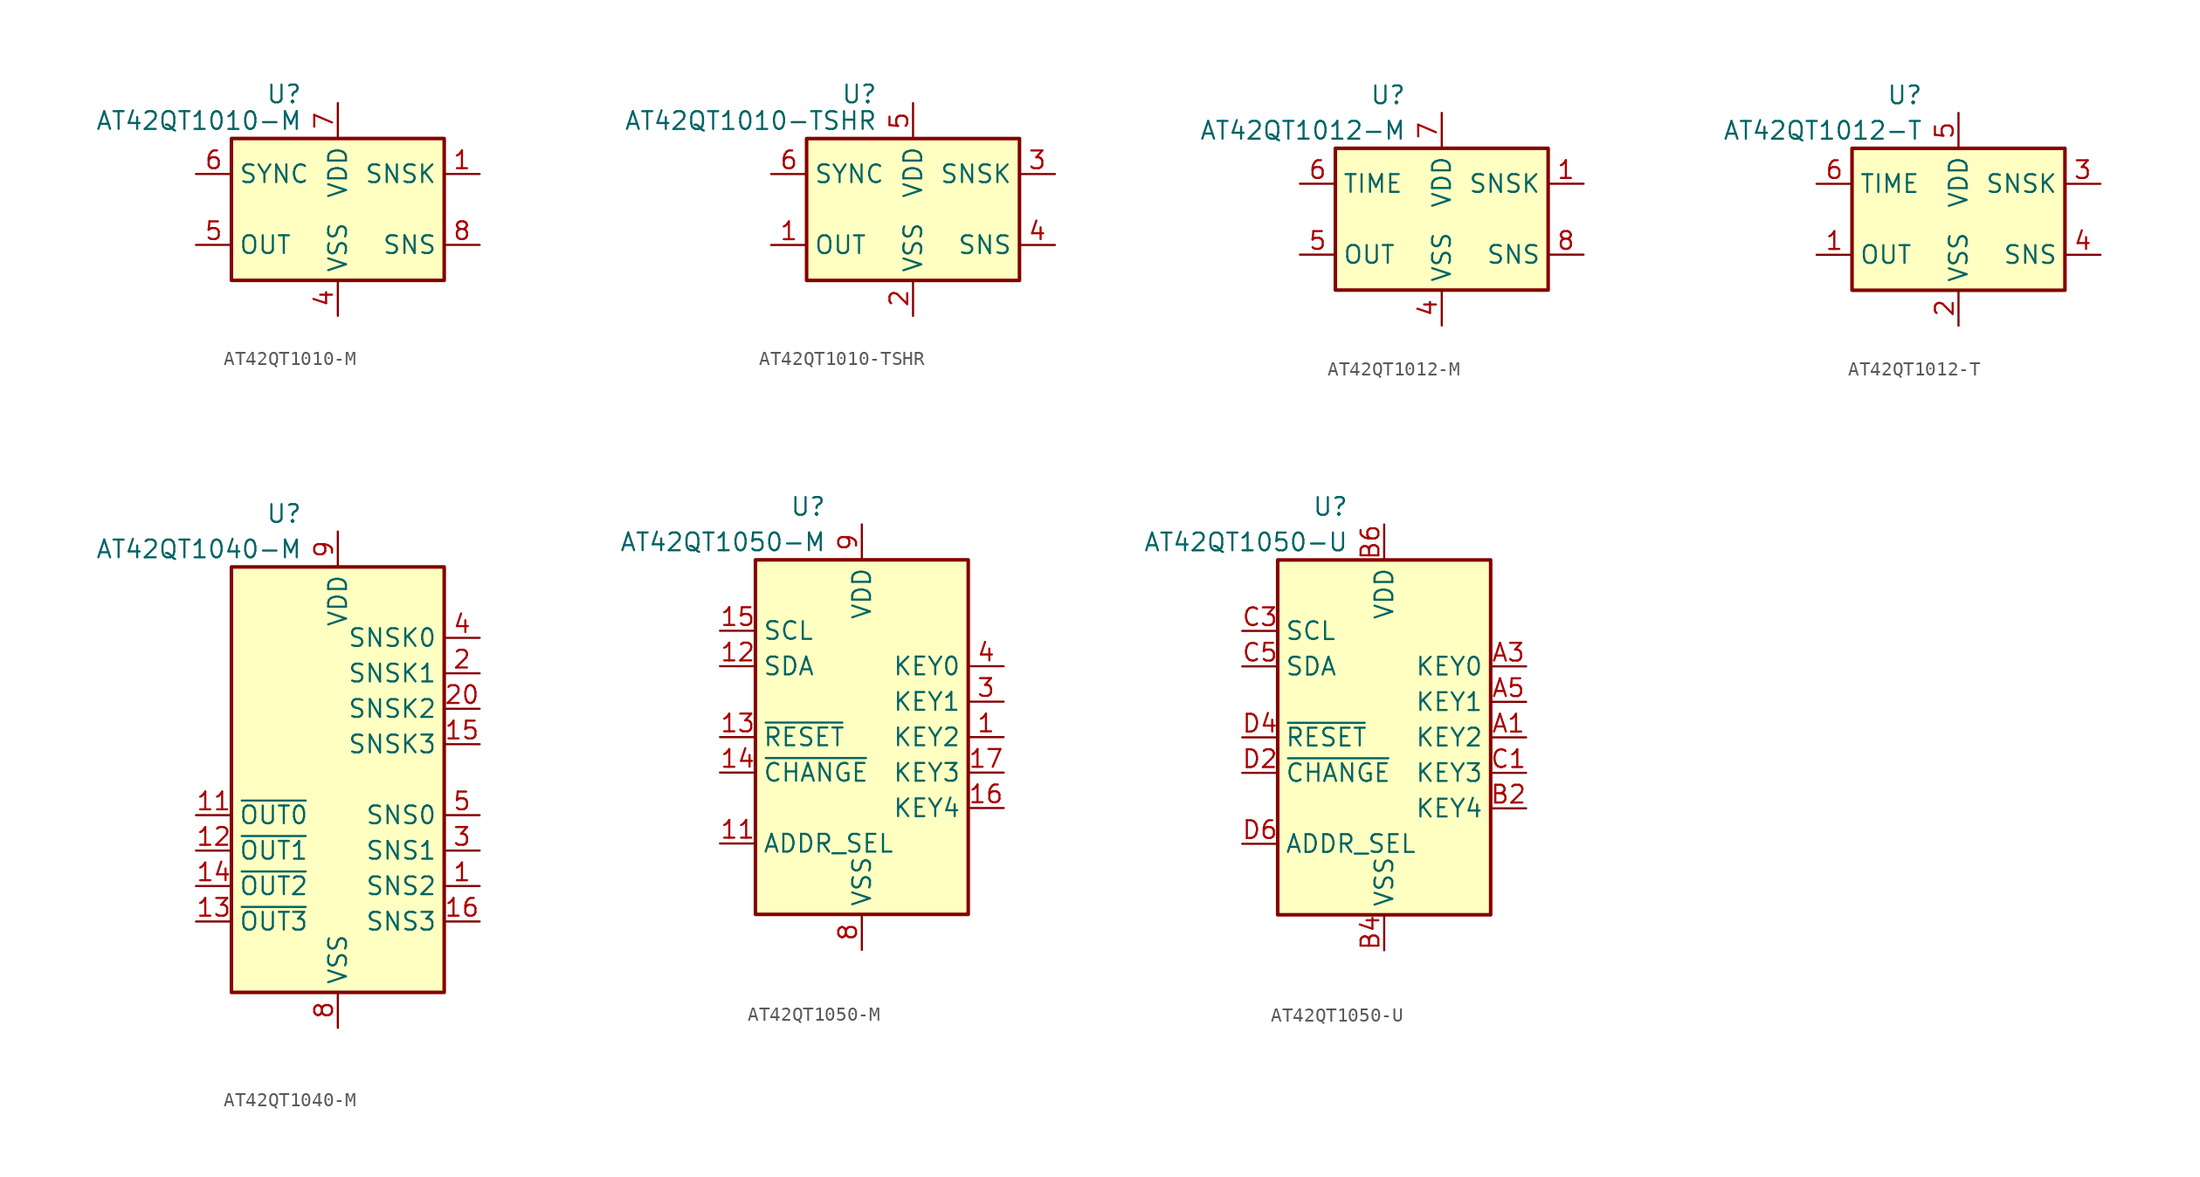
<source format=kicad_sym>
(kicad_symbol_lib
  (version 20241209)
  (generator "kicad_symbol_editor")
  (generator_version "9.0")
  (symbol "AT42QT1010-M"
    (property "Reference" "U"
      (at -2.54 8.255 0)
      (effects (font (size 1.27 1.27)) (justify right)))
    (property "Value" "AT42QT1010-M"
      (at -2.54 6.35 0)
      (effects (font (size 1.27 1.27)) (justify right)))
    (symbol "AT42QT1010-M_0_1"
      (rectangle (start -7.62 5.08) (end 7.62 -5.08) (stroke (width 0.254) (type default)) (fill (type background))))
    (symbol "AT42QT1010-M_1_1"
      (pin input line (at -10.16 2.54 0) (length 2.54) (name "SYNC" (effects (font (size 1.27 1.27)))) (number "6" (effects (font (size 1.27 1.27)))))
      (pin output line (at -10.16 -2.54 0) (length 2.54) (name "OUT" (effects (font (size 1.27 1.27)))) (number "5" (effects (font (size 1.27 1.27)))))
      (pin no_connect line (at -7.62 0 0) (length 2.54) (hide yes) (name "NC" (effects (font (size 1.27 1.27)))) (number "2" (effects (font (size 1.27 1.27)))))
      (pin power_in line (at 0 7.62 270) (length 2.54) (name "VDD" (effects (font (size 1.27 1.27)))) (number "7" (effects (font (size 1.27 1.27)))))
      (pin power_in line (at 0 -7.62 90) (length 2.54) (name "VSS" (effects (font (size 1.27 1.27)))) (number "4" (effects (font (size 1.27 1.27)))))
      (pin passive line (at 0 -7.62 90) (length 2.54) (hide yes) (name "VSS" (effects (font (size 1.27 1.27)))) (number "9" (effects (font (size 1.27 1.27)))))
      (pin no_connect line (at 7.62 0 180) (length 2.54) (hide yes) (name "NC" (effects (font (size 1.27 1.27)))) (number "3" (effects (font (size 1.27 1.27)))))
      (pin passive line (at 10.16 2.54 180) (length 2.54) (name "SNSK" (effects (font (size 1.27 1.27)))) (number "1" (effects (font (size 1.27 1.27)))))
      (pin passive line (at 10.16 -2.54 180) (length 2.54) (name "SNS" (effects (font (size 1.27 1.27)))) (number "8" (effects (font (size 1.27 1.27)))))))
  (symbol "AT42QT1010-TSHR"
    (property "Reference" "U"
      (at -2.54 8.255 0)
      (effects (font (size 1.27 1.27)) (justify right)))
    (property "Value" "AT42QT1010-TSHR"
      (at -2.54 6.35 0)
      (effects (font (size 1.27 1.27)) (justify right)))
    (symbol "AT42QT1010-TSHR_0_1"
      (rectangle (start -7.62 5.08) (end 7.62 -5.08) (stroke (width 0.254) (type default)) (fill (type background))))
    (symbol "AT42QT1010-TSHR_1_1"
      (pin input line (at -10.16 2.54 0) (length 2.54) (name "SYNC" (effects (font (size 1.27 1.27)))) (number "6" (effects (font (size 1.27 1.27)))))
      (pin output line (at -10.16 -2.54 0) (length 2.54) (name "OUT" (effects (font (size 1.27 1.27)))) (number "1" (effects (font (size 1.27 1.27)))))
      (pin power_in line (at 0 7.62 270) (length 2.54) (name "VDD" (effects (font (size 1.27 1.27)))) (number "5" (effects (font (size 1.27 1.27)))))
      (pin power_in line (at 0 -7.62 90) (length 2.54) (name "VSS" (effects (font (size 1.27 1.27)))) (number "2" (effects (font (size 1.27 1.27)))))
      (pin passive line (at 10.16 2.54 180) (length 2.54) (name "SNSK" (effects (font (size 1.27 1.27)))) (number "3" (effects (font (size 1.27 1.27)))))
      (pin passive line (at 10.16 -2.54 180) (length 2.54) (name "SNS" (effects (font (size 1.27 1.27)))) (number "4" (effects (font (size 1.27 1.27)))))))
  (symbol "AT42QT1012-M"
    (property "Reference" "U"
      (at -2.54 8.89 0)
      (effects (font (size 1.27 1.27)) (justify right)))
    (property "Value" "AT42QT1012-M"
      (at -2.54 6.35 0)
      (effects (font (size 1.27 1.27)) (justify right)))
    (symbol "AT42QT1012-M_0_1"
      (rectangle (start -7.62 5.08) (end 7.62 -5.08) (stroke (width 0.254) (type default)) (fill (type background))))
    (symbol "AT42QT1012-M_1_1"
      (pin input line (at -10.16 2.54 0) (length 2.54) (name "TIME" (effects (font (size 1.27 1.27)))) (number "6" (effects (font (size 1.27 1.27)))))
      (pin output line (at -10.16 -2.54 0) (length 2.54) (name "OUT" (effects (font (size 1.27 1.27)))) (number "5" (effects (font (size 1.27 1.27)))))
      (pin no_connect line (at -7.62 0 0) (length 2.54) (hide yes) (name "NC" (effects (font (size 1.27 1.27)))) (number "2" (effects (font (size 1.27 1.27)))))
      (pin power_in line (at 0 7.62 270) (length 2.54) (name "VDD" (effects (font (size 1.27 1.27)))) (number "7" (effects (font (size 1.27 1.27)))))
      (pin power_in line (at 0 -7.62 90) (length 2.54) (name "VSS" (effects (font (size 1.27 1.27)))) (number "4" (effects (font (size 1.27 1.27)))))
      (pin passive line (at 0 -7.62 90) (length 2.54) (hide yes) (name "VSS" (effects (font (size 1.27 1.27)))) (number "9" (effects (font (size 1.27 1.27)))))
      (pin no_connect line (at 7.62 0 180) (length 2.54) (hide yes) (name "NC" (effects (font (size 1.27 1.27)))) (number "3" (effects (font (size 1.27 1.27)))))
      (pin passive line (at 10.16 2.54 180) (length 2.54) (name "SNSK" (effects (font (size 1.27 1.27)))) (number "1" (effects (font (size 1.27 1.27)))))
      (pin passive line (at 10.16 -2.54 180) (length 2.54) (name "SNS" (effects (font (size 1.27 1.27)))) (number "8" (effects (font (size 1.27 1.27)))))))
  (symbol "AT42QT1012-T"
    (property "Reference" "U"
      (at -2.54 8.89 0)
      (effects (font (size 1.27 1.27)) (justify right)))
    (property "Value" "AT42QT1012-T"
      (at -2.54 6.35 0)
      (effects (font (size 1.27 1.27)) (justify right)))
    (symbol "AT42QT1012-T_0_1"
      (rectangle (start -7.62 5.08) (end 7.62 -5.08) (stroke (width 0.254) (type default)) (fill (type background))))
    (symbol "AT42QT1012-T_1_1"
      (pin input line (at -10.16 2.54 0) (length 2.54) (name "TIME" (effects (font (size 1.27 1.27)))) (number "6" (effects (font (size 1.27 1.27)))))
      (pin output line (at -10.16 -2.54 0) (length 2.54) (name "OUT" (effects (font (size 1.27 1.27)))) (number "1" (effects (font (size 1.27 1.27)))))
      (pin power_in line (at 0 7.62 270) (length 2.54) (name "VDD" (effects (font (size 1.27 1.27)))) (number "5" (effects (font (size 1.27 1.27)))))
      (pin power_in line (at 0 -7.62 90) (length 2.54) (name "VSS" (effects (font (size 1.27 1.27)))) (number "2" (effects (font (size 1.27 1.27)))))
      (pin passive line (at 10.16 2.54 180) (length 2.54) (name "SNSK" (effects (font (size 1.27 1.27)))) (number "3" (effects (font (size 1.27 1.27)))))
      (pin passive line (at 10.16 -2.54 180) (length 2.54) (name "SNS" (effects (font (size 1.27 1.27)))) (number "4" (effects (font (size 1.27 1.27)))))))
  (symbol "AT42QT1040-M"
    (property "Reference" "U"
      (at -2.54 19.05 0)
      (effects (font (size 1.27 1.27)) (justify right)))
    (property "Value" "AT42QT1040-M"
      (at -2.54 16.51 0)
      (effects (font (size 1.27 1.27)) (justify right)))
    (symbol "AT42QT1040-M_0_1"
      (rectangle (start -7.62 15.24) (end 7.62 -15.24) (stroke (width 0.254) (type default)) (fill (type background))))
    (symbol "AT42QT1040-M_1_1"
      (pin open_collector line (at -10.16 -2.54 0) (length 2.54) (name "~{OUT0}" (effects (font (size 1.27 1.27)))) (number "11" (effects (font (size 1.27 1.27)))))
      (pin open_collector line (at -10.16 -5.08 0) (length 2.54) (name "~{OUT1}" (effects (font (size 1.27 1.27)))) (number "12" (effects (font (size 1.27 1.27)))))
      (pin open_collector line (at -10.16 -7.62 0) (length 2.54) (name "~{OUT2}" (effects (font (size 1.27 1.27)))) (number "14" (effects (font (size 1.27 1.27)))))
      (pin open_collector line (at -10.16 -10.16 0) (length 2.54) (name "~{OUT3}" (effects (font (size 1.27 1.27)))) (number "13" (effects (font (size 1.27 1.27)))))
      (pin no_connect line (at -7.62 12.7 0) (length 2.54) (hide yes) (name "NC" (effects (font (size 1.27 1.27)))) (number "6" (effects (font (size 1.27 1.27)))))
      (pin no_connect line (at -7.62 10.16 0) (length 2.54) (hide yes) (name "NC" (effects (font (size 1.27 1.27)))) (number "7" (effects (font (size 1.27 1.27)))))
      (pin no_connect line (at -7.62 7.62 0) (length 2.54) (hide yes) (name "NC" (effects (font (size 1.27 1.27)))) (number "10" (effects (font (size 1.27 1.27)))))
      (pin no_connect line (at -7.62 5.08 0) (length 2.54) (hide yes) (name "NC" (effects (font (size 1.27 1.27)))) (number "17" (effects (font (size 1.27 1.27)))))
      (pin no_connect line (at -7.62 2.54 0) (length 2.54) (hide yes) (name "NC" (effects (font (size 1.27 1.27)))) (number "18" (effects (font (size 1.27 1.27)))))
      (pin no_connect line (at -7.62 0 0) (length 2.54) (hide yes) (name "NC" (effects (font (size 1.27 1.27)))) (number "19" (effects (font (size 1.27 1.27)))))
      (pin power_in line (at 0 17.78 270) (length 2.54) (name "VDD" (effects (font (size 1.27 1.27)))) (number "9" (effects (font (size 1.27 1.27)))))
      (pin passive line (at 0 -17.78 90) (length 2.54) (hide yes) (name "VSS" (effects (font (size 1.27 1.27)))) (number "21" (effects (font (size 1.27 1.27)))))
      (pin power_in line (at 0 -17.78 90) (length 2.54) (name "VSS" (effects (font (size 1.27 1.27)))) (number "8" (effects (font (size 1.27 1.27)))))
      (pin passive line (at 10.16 10.16 180) (length 2.54) (name "SNSK0" (effects (font (size 1.27 1.27)))) (number "4" (effects (font (size 1.27 1.27)))))
      (pin passive line (at 10.16 7.62 180) (length 2.54) (name "SNSK1" (effects (font (size 1.27 1.27)))) (number "2" (effects (font (size 1.27 1.27)))))
      (pin passive line (at 10.16 5.08 180) (length 2.54) (name "SNSK2" (effects (font (size 1.27 1.27)))) (number "20" (effects (font (size 1.27 1.27)))))
      (pin passive line (at 10.16 2.54 180) (length 2.54) (name "SNSK3" (effects (font (size 1.27 1.27)))) (number "15" (effects (font (size 1.27 1.27)))))
      (pin passive line (at 10.16 -2.54 180) (length 2.54) (name "SNS0" (effects (font (size 1.27 1.27)))) (number "5" (effects (font (size 1.27 1.27)))))
      (pin passive line (at 10.16 -5.08 180) (length 2.54) (name "SNS1" (effects (font (size 1.27 1.27)))) (number "3" (effects (font (size 1.27 1.27)))))
      (pin passive line (at 10.16 -7.62 180) (length 2.54) (name "SNS2" (effects (font (size 1.27 1.27)))) (number "1" (effects (font (size 1.27 1.27)))))
      (pin passive line (at 10.16 -10.16 180) (length 2.54) (name "SNS3" (effects (font (size 1.27 1.27)))) (number "16" (effects (font (size 1.27 1.27)))))))
  (symbol "AT42QT1050-M"
    (property "Reference" "U"
      (at -2.54 16.51 0)
      (effects (font (size 1.27 1.27)) (justify right)))
    (property "Value" "AT42QT1050-M"
      (at -2.54 13.97 0)
      (effects (font (size 1.27 1.27)) (justify right)))
    (symbol "AT42QT1050-M_0_1"
      (rectangle (start -7.62 12.7) (end 7.62 -12.7) (stroke (width 0.254) (type default)) (fill (type background))))
    (symbol "AT42QT1050-M_1_1"
      (pin input line (at -10.16 7.62 0) (length 2.54) (name "SCL" (effects (font (size 1.27 1.27)))) (number "15" (effects (font (size 1.27 1.27)))))
      (pin bidirectional line (at -10.16 5.08 0) (length 2.54) (name "SDA" (effects (font (size 1.27 1.27)))) (number "12" (effects (font (size 1.27 1.27)))))
      (pin input line (at -10.16 0 0) (length 2.54) (name "~{RESET}" (effects (font (size 1.27 1.27)))) (number "13" (effects (font (size 1.27 1.27)))))
      (pin open_collector line (at -10.16 -2.54 0) (length 2.54) (name "~{CHANGE}" (effects (font (size 1.27 1.27)))) (number "14" (effects (font (size 1.27 1.27)))))
      (pin input line (at -10.16 -7.62 0) (length 2.54) (name "ADDR_SEL" (effects (font (size 1.27 1.27)))) (number "11" (effects (font (size 1.27 1.27)))))
      (pin no_connect line (at -7.62 10.16 0) (length 2.54) (hide yes) (name "NC" (effects (font (size 1.27 1.27)))) (number "2" (effects (font (size 1.27 1.27)))))
      (pin no_connect line (at -7.62 2.54 0) (length 2.54) (hide yes) (name "NC" (effects (font (size 1.27 1.27)))) (number "5" (effects (font (size 1.27 1.27)))))
      (pin no_connect line (at -7.62 -5.08 0) (length 2.54) (hide yes) (name "NC" (effects (font (size 1.27 1.27)))) (number "6" (effects (font (size 1.27 1.27)))))
      (pin no_connect line (at -7.62 -10.16 0) (length 2.54) (hide yes) (name "NC" (effects (font (size 1.27 1.27)))) (number "7" (effects (font (size 1.27 1.27)))))
      (pin power_in line (at 0 15.24 270) (length 2.54) (name "VDD" (effects (font (size 1.27 1.27)))) (number "9" (effects (font (size 1.27 1.27)))))
      (pin passive line (at 0 -15.24 90) (length 2.54) (hide yes) (name "VSS" (effects (font (size 1.27 1.27)))) (number "21" (effects (font (size 1.27 1.27)))))
      (pin power_in line (at 0 -15.24 90) (length 2.54) (name "VSS" (effects (font (size 1.27 1.27)))) (number "8" (effects (font (size 1.27 1.27)))))
      (pin no_connect line (at 7.62 10.16 180) (length 2.54) (hide yes) (name "NC" (effects (font (size 1.27 1.27)))) (number "10" (effects (font (size 1.27 1.27)))))
      (pin no_connect line (at 7.62 7.62 180) (length 2.54) (hide yes) (name "NC" (effects (font (size 1.27 1.27)))) (number "18" (effects (font (size 1.27 1.27)))))
      (pin no_connect line (at 7.62 -7.62 180) (length 2.54) (hide yes) (name "NC" (effects (font (size 1.27 1.27)))) (number "19" (effects (font (size 1.27 1.27)))))
      (pin no_connect line (at 7.62 -10.16 180) (length 2.54) (hide yes) (name "NC" (effects (font (size 1.27 1.27)))) (number "20" (effects (font (size 1.27 1.27)))))
      (pin passive line (at 10.16 5.08 180) (length 2.54) (name "KEY0" (effects (font (size 1.27 1.27)))) (number "4" (effects (font (size 1.27 1.27)))))
      (pin passive line (at 10.16 2.54 180) (length 2.54) (name "KEY1" (effects (font (size 1.27 1.27)))) (number "3" (effects (font (size 1.27 1.27)))))
      (pin passive line (at 10.16 0 180) (length 2.54) (name "KEY2" (effects (font (size 1.27 1.27)))) (number "1" (effects (font (size 1.27 1.27)))))
      (pin passive line (at 10.16 -2.54 180) (length 2.54) (name "KEY3" (effects (font (size 1.27 1.27)))) (number "17" (effects (font (size 1.27 1.27)))))
      (pin passive line (at 10.16 -5.08 180) (length 2.54) (name "KEY4" (effects (font (size 1.27 1.27)))) (number "16" (effects (font (size 1.27 1.27)))))))
  (symbol "AT42QT1050-U"
    (property "Reference" "U"
      (at -2.54 16.51 0)
      (effects (font (size 1.27 1.27)) (justify right)))
    (property "Value" "AT42QT1050-U"
      (at -2.54 13.97 0)
      (effects (font (size 1.27 1.27)) (justify right)))
    (symbol "AT42QT1050-U_0_1"
      (rectangle (start -7.62 12.7) (end 7.62 -12.7) (stroke (width 0.254) (type default)) (fill (type background))))
    (symbol "AT42QT1050-U_1_1"
      (pin input line (at -10.16 7.62 0) (length 2.54) (name "SCL" (effects (font (size 1.27 1.27)))) (number "C3" (effects (font (size 1.27 1.27)))))
      (pin bidirectional line (at -10.16 5.08 0) (length 2.54) (name "SDA" (effects (font (size 1.27 1.27)))) (number "C5" (effects (font (size 1.27 1.27)))))
      (pin input line (at -10.16 0 0) (length 2.54) (name "~{RESET}" (effects (font (size 1.27 1.27)))) (number "D4" (effects (font (size 1.27 1.27)))))
      (pin open_collector line (at -10.16 -2.54 0) (length 2.54) (name "~{CHANGE}" (effects (font (size 1.27 1.27)))) (number "D2" (effects (font (size 1.27 1.27)))))
      (pin input line (at -10.16 -7.62 0) (length 2.54) (name "ADDR_SEL" (effects (font (size 1.27 1.27)))) (number "D6" (effects (font (size 1.27 1.27)))))
      (pin power_in line (at 0 15.24 270) (length 2.54) (name "VDD" (effects (font (size 1.27 1.27)))) (number "B6" (effects (font (size 1.27 1.27)))))
      (pin power_in line (at 0 -15.24 90) (length 2.54) (name "VSS" (effects (font (size 1.27 1.27)))) (number "B4" (effects (font (size 1.27 1.27)))))
      (pin passive line (at 10.16 5.08 180) (length 2.54) (name "KEY0" (effects (font (size 1.27 1.27)))) (number "A3" (effects (font (size 1.27 1.27)))))
      (pin passive line (at 10.16 2.54 180) (length 2.54) (name "KEY1" (effects (font (size 1.27 1.27)))) (number "A5" (effects (font (size 1.27 1.27)))))
      (pin passive line (at 10.16 0 180) (length 2.54) (name "KEY2" (effects (font (size 1.27 1.27)))) (number "A1" (effects (font (size 1.27 1.27)))))
      (pin passive line (at 10.16 -2.54 180) (length 2.54) (name "KEY3" (effects (font (size 1.27 1.27)))) (number "C1" (effects (font (size 1.27 1.27)))))
      (pin passive line (at 10.16 -5.08 180) (length 2.54) (name "KEY4" (effects (font (size 1.27 1.27)))) (number "B2" (effects (font (size 1.27 1.27))))))))
</source>
